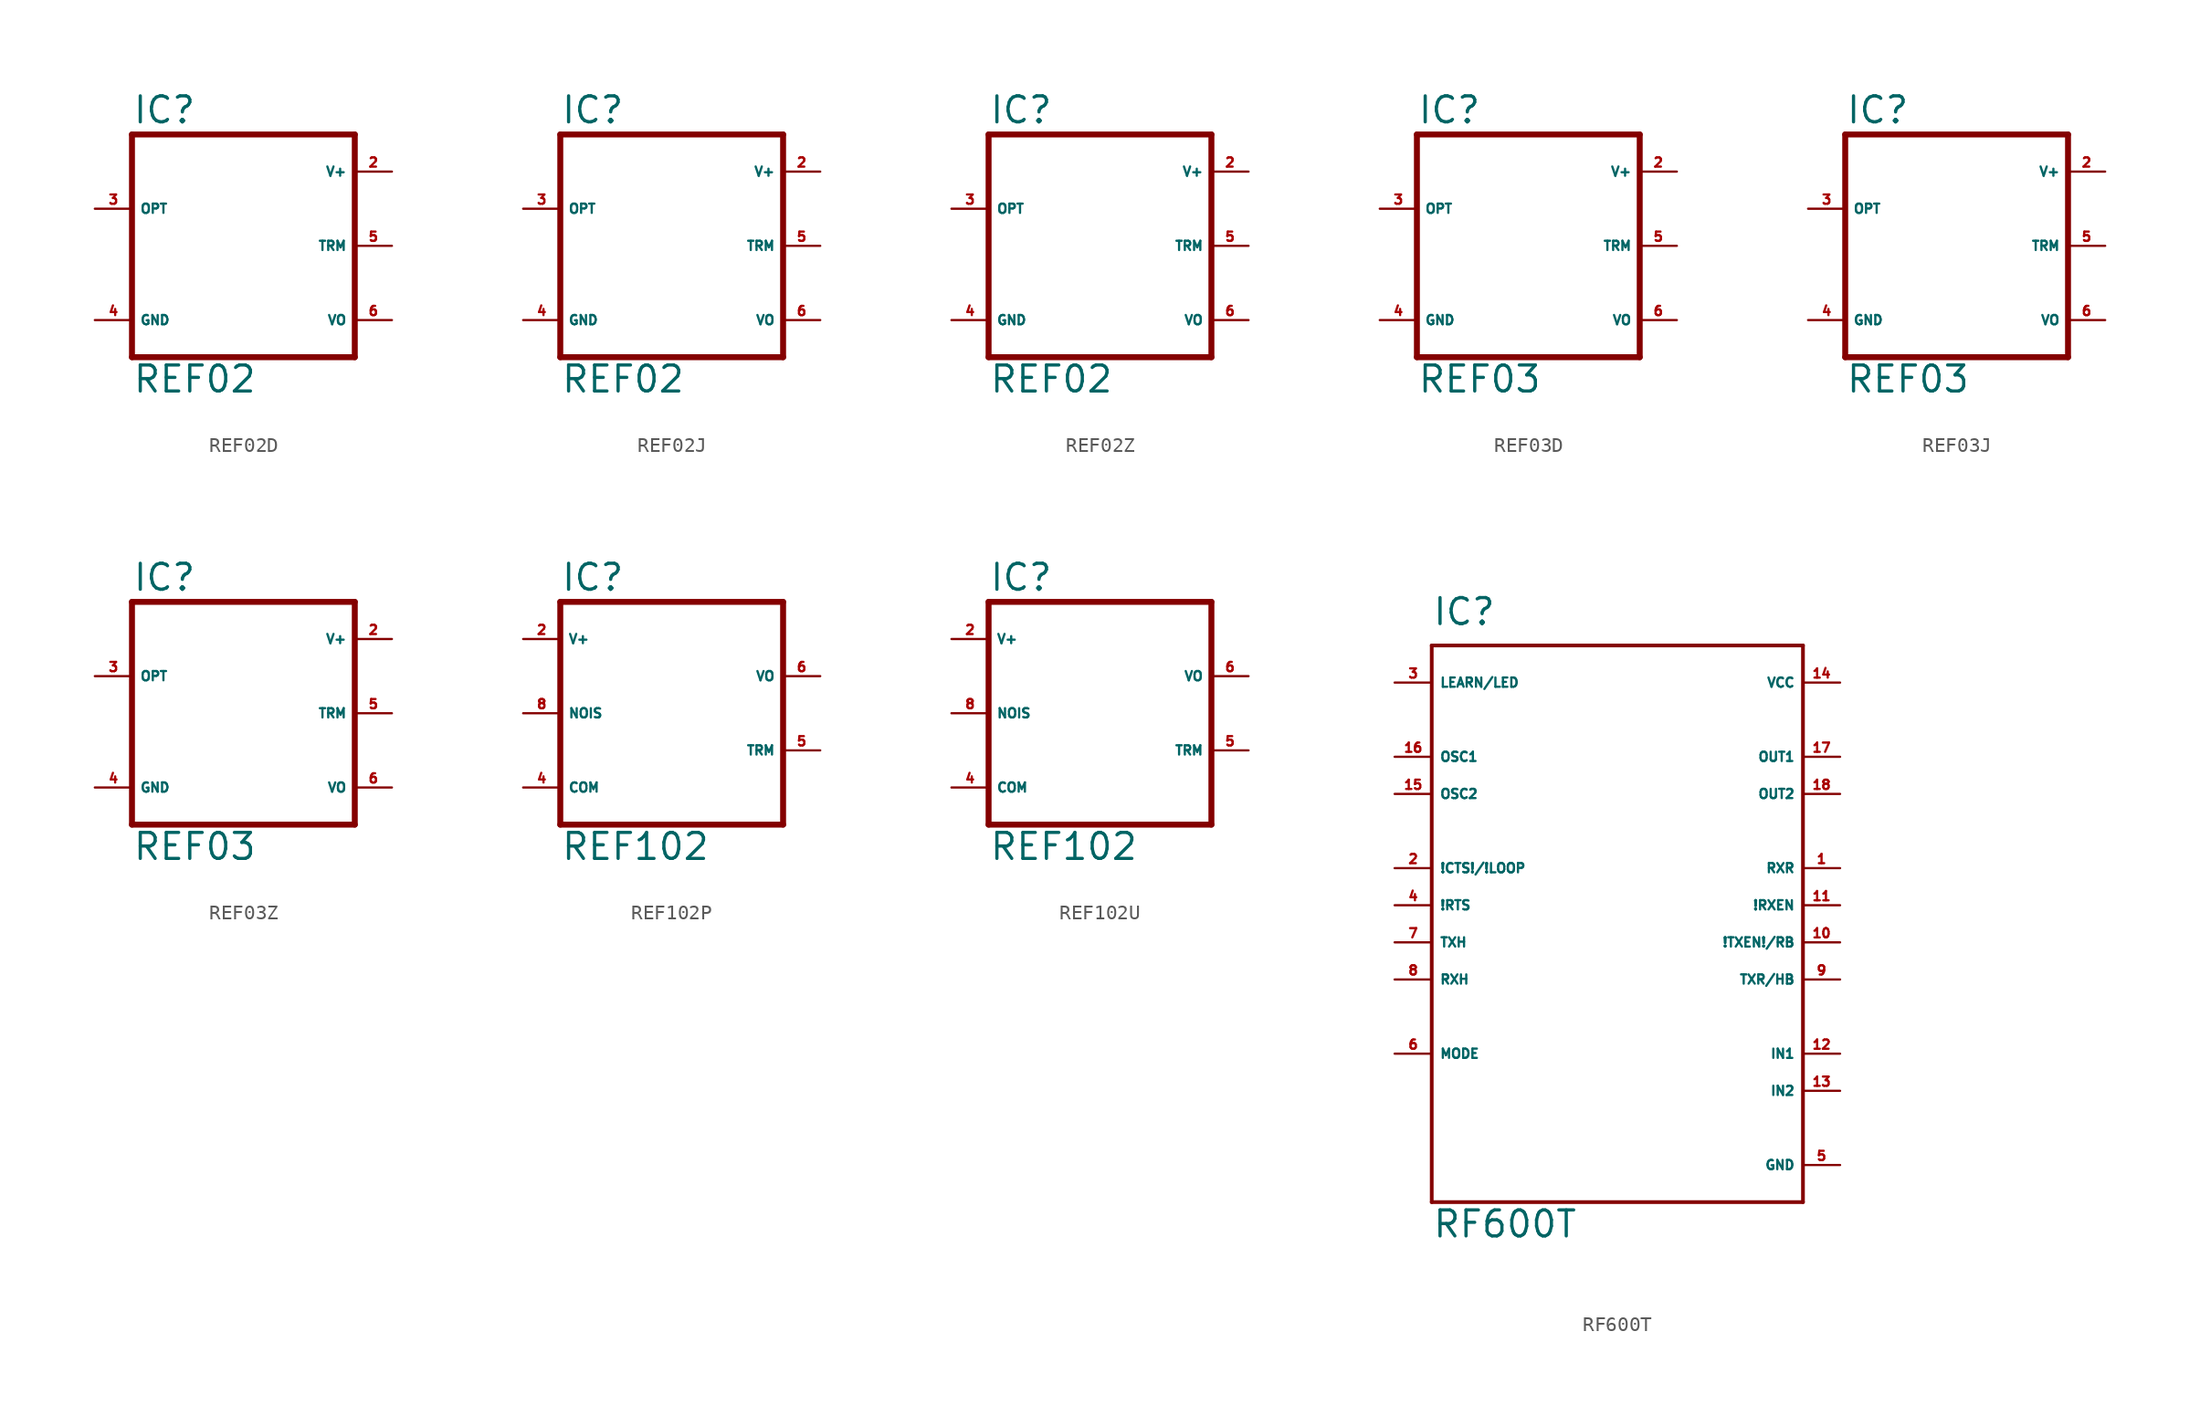
<source format=kicad_sym>
(kicad_symbol_lib
  (version 20220914)
  (generator Eagle2Kicad)
  (symbol "REF02D"
    (property "Reference" "IC"
      (at -7.62 8.255 0)
      (effects (font (size 1.778 1.778) (thickness 0.22)) (justify left bottom)))
    (property "Value" "REF02"
      (at -7.62 -10.16 0)
      (effects (font (size 1.778 1.778) (thickness 0.22)) (justify left bottom)))
    (polyline
      (pts (xy -7.62 -7.62) (xy 7.62 -7.62))
      (stroke (width 0.406) (type default))
      (fill (type none)))
    (polyline
      (pts (xy 7.62 -7.62) (xy 7.62 7.62))
      (stroke (width 0.406) (type default))
      (fill (type none)))
    (polyline
      (pts (xy 7.62 7.62) (xy -7.62 7.62))
      (stroke (width 0.406) (type default))
      (fill (type none)))
    (polyline
      (pts (xy -7.62 7.62) (xy -7.62 -7.62))
      (stroke (width 0.406) (type default))
      (fill (type none)))
    (pin output line
      (at -10.16 2.54 0)
      (length 2.54)
      (name "OPT" (effects (font (size 0.635 0.635) (thickness 0.08)) (justify left bottom)))
      (number "3" (effects (font (size 0.635 0.635) (thickness 0.08)) (justify left bottom))))
    (pin output line
      (at 10.16 -5.08 180)
      (length 2.54)
      (name "VO" (effects (font (size 0.635 0.635) (thickness 0.08)) (justify left bottom)))
      (number "6" (effects (font (size 0.635 0.635) (thickness 0.08)) (justify left bottom))))
    (pin input line
      (at 10.16 0 180)
      (length 2.54)
      (name "TRM" (effects (font (size 0.635 0.635) (thickness 0.08)) (justify left bottom)))
      (number "5" (effects (font (size 0.635 0.635) (thickness 0.08)) (justify left bottom))))
    (pin unspecified line
      (at 10.16 5.08 180)
      (length 2.54)
      (name "V+" (effects (font (size 0.635 0.635) (thickness 0.08)) (justify left bottom)))
      (number "2" (effects (font (size 0.635 0.635) (thickness 0.08)) (justify left bottom))))
    (pin unspecified line
      (at -10.16 -5.08 0)
      (length 2.54)
      (name "GND" (effects (font (size 0.635 0.635) (thickness 0.08)) (justify left bottom)))
      (number "4" (effects (font (size 0.635 0.635) (thickness 0.08)) (justify left bottom)))))
  (symbol "REF02J"
    (property "Reference" "IC"
      (at -7.62 8.255 0)
      (effects (font (size 1.778 1.778) (thickness 0.22)) (justify left bottom)))
    (property "Value" "REF02"
      (at -7.62 -10.16 0)
      (effects (font (size 1.778 1.778) (thickness 0.22)) (justify left bottom)))
    (polyline
      (pts (xy -7.62 -7.62) (xy 7.62 -7.62))
      (stroke (width 0.406) (type default))
      (fill (type none)))
    (polyline
      (pts (xy 7.62 -7.62) (xy 7.62 7.62))
      (stroke (width 0.406) (type default))
      (fill (type none)))
    (polyline
      (pts (xy 7.62 7.62) (xy -7.62 7.62))
      (stroke (width 0.406) (type default))
      (fill (type none)))
    (polyline
      (pts (xy -7.62 7.62) (xy -7.62 -7.62))
      (stroke (width 0.406) (type default))
      (fill (type none)))
    (pin output line
      (at -10.16 2.54 0)
      (length 2.54)
      (name "OPT" (effects (font (size 0.635 0.635) (thickness 0.08)) (justify left bottom)))
      (number "3" (effects (font (size 0.635 0.635) (thickness 0.08)) (justify left bottom))))
    (pin output line
      (at 10.16 -5.08 180)
      (length 2.54)
      (name "VO" (effects (font (size 0.635 0.635) (thickness 0.08)) (justify left bottom)))
      (number "6" (effects (font (size 0.635 0.635) (thickness 0.08)) (justify left bottom))))
    (pin input line
      (at 10.16 0 180)
      (length 2.54)
      (name "TRM" (effects (font (size 0.635 0.635) (thickness 0.08)) (justify left bottom)))
      (number "5" (effects (font (size 0.635 0.635) (thickness 0.08)) (justify left bottom))))
    (pin unspecified line
      (at 10.16 5.08 180)
      (length 2.54)
      (name "V+" (effects (font (size 0.635 0.635) (thickness 0.08)) (justify left bottom)))
      (number "2" (effects (font (size 0.635 0.635) (thickness 0.08)) (justify left bottom))))
    (pin unspecified line
      (at -10.16 -5.08 0)
      (length 2.54)
      (name "GND" (effects (font (size 0.635 0.635) (thickness 0.08)) (justify left bottom)))
      (number "4" (effects (font (size 0.635 0.635) (thickness 0.08)) (justify left bottom)))))
  (symbol "REF02Z"
    (property "Reference" "IC"
      (at -7.62 8.255 0)
      (effects (font (size 1.778 1.778) (thickness 0.22)) (justify left bottom)))
    (property "Value" "REF02"
      (at -7.62 -10.16 0)
      (effects (font (size 1.778 1.778) (thickness 0.22)) (justify left bottom)))
    (polyline
      (pts (xy -7.62 -7.62) (xy 7.62 -7.62))
      (stroke (width 0.406) (type default))
      (fill (type none)))
    (polyline
      (pts (xy 7.62 -7.62) (xy 7.62 7.62))
      (stroke (width 0.406) (type default))
      (fill (type none)))
    (polyline
      (pts (xy 7.62 7.62) (xy -7.62 7.62))
      (stroke (width 0.406) (type default))
      (fill (type none)))
    (polyline
      (pts (xy -7.62 7.62) (xy -7.62 -7.62))
      (stroke (width 0.406) (type default))
      (fill (type none)))
    (pin output line
      (at -10.16 2.54 0)
      (length 2.54)
      (name "OPT" (effects (font (size 0.635 0.635) (thickness 0.08)) (justify left bottom)))
      (number "3" (effects (font (size 0.635 0.635) (thickness 0.08)) (justify left bottom))))
    (pin output line
      (at 10.16 -5.08 180)
      (length 2.54)
      (name "VO" (effects (font (size 0.635 0.635) (thickness 0.08)) (justify left bottom)))
      (number "6" (effects (font (size 0.635 0.635) (thickness 0.08)) (justify left bottom))))
    (pin input line
      (at 10.16 0 180)
      (length 2.54)
      (name "TRM" (effects (font (size 0.635 0.635) (thickness 0.08)) (justify left bottom)))
      (number "5" (effects (font (size 0.635 0.635) (thickness 0.08)) (justify left bottom))))
    (pin unspecified line
      (at 10.16 5.08 180)
      (length 2.54)
      (name "V+" (effects (font (size 0.635 0.635) (thickness 0.08)) (justify left bottom)))
      (number "2" (effects (font (size 0.635 0.635) (thickness 0.08)) (justify left bottom))))
    (pin unspecified line
      (at -10.16 -5.08 0)
      (length 2.54)
      (name "GND" (effects (font (size 0.635 0.635) (thickness 0.08)) (justify left bottom)))
      (number "4" (effects (font (size 0.635 0.635) (thickness 0.08)) (justify left bottom)))))
  (symbol "REF03D"
    (property "Reference" "IC"
      (at -7.62 8.255 0)
      (effects (font (size 1.778 1.778) (thickness 0.22)) (justify left bottom)))
    (property "Value" "REF03"
      (at -7.62 -10.16 0)
      (effects (font (size 1.778 1.778) (thickness 0.22)) (justify left bottom)))
    (polyline
      (pts (xy -7.62 -7.62) (xy 7.62 -7.62))
      (stroke (width 0.406) (type default))
      (fill (type none)))
    (polyline
      (pts (xy 7.62 -7.62) (xy 7.62 7.62))
      (stroke (width 0.406) (type default))
      (fill (type none)))
    (polyline
      (pts (xy 7.62 7.62) (xy -7.62 7.62))
      (stroke (width 0.406) (type default))
      (fill (type none)))
    (polyline
      (pts (xy -7.62 7.62) (xy -7.62 -7.62))
      (stroke (width 0.406) (type default))
      (fill (type none)))
    (pin output line
      (at -10.16 2.54 0)
      (length 2.54)
      (name "OPT" (effects (font (size 0.635 0.635) (thickness 0.08)) (justify left bottom)))
      (number "3" (effects (font (size 0.635 0.635) (thickness 0.08)) (justify left bottom))))
    (pin output line
      (at 10.16 -5.08 180)
      (length 2.54)
      (name "VO" (effects (font (size 0.635 0.635) (thickness 0.08)) (justify left bottom)))
      (number "6" (effects (font (size 0.635 0.635) (thickness 0.08)) (justify left bottom))))
    (pin input line
      (at 10.16 0 180)
      (length 2.54)
      (name "TRM" (effects (font (size 0.635 0.635) (thickness 0.08)) (justify left bottom)))
      (number "5" (effects (font (size 0.635 0.635) (thickness 0.08)) (justify left bottom))))
    (pin unspecified line
      (at 10.16 5.08 180)
      (length 2.54)
      (name "V+" (effects (font (size 0.635 0.635) (thickness 0.08)) (justify left bottom)))
      (number "2" (effects (font (size 0.635 0.635) (thickness 0.08)) (justify left bottom))))
    (pin unspecified line
      (at -10.16 -5.08 0)
      (length 2.54)
      (name "GND" (effects (font (size 0.635 0.635) (thickness 0.08)) (justify left bottom)))
      (number "4" (effects (font (size 0.635 0.635) (thickness 0.08)) (justify left bottom)))))
  (symbol "REF03J"
    (property "Reference" "IC"
      (at -7.62 8.255 0)
      (effects (font (size 1.778 1.778) (thickness 0.22)) (justify left bottom)))
    (property "Value" "REF03"
      (at -7.62 -10.16 0)
      (effects (font (size 1.778 1.778) (thickness 0.22)) (justify left bottom)))
    (polyline
      (pts (xy -7.62 -7.62) (xy 7.62 -7.62))
      (stroke (width 0.406) (type default))
      (fill (type none)))
    (polyline
      (pts (xy 7.62 -7.62) (xy 7.62 7.62))
      (stroke (width 0.406) (type default))
      (fill (type none)))
    (polyline
      (pts (xy 7.62 7.62) (xy -7.62 7.62))
      (stroke (width 0.406) (type default))
      (fill (type none)))
    (polyline
      (pts (xy -7.62 7.62) (xy -7.62 -7.62))
      (stroke (width 0.406) (type default))
      (fill (type none)))
    (pin output line
      (at -10.16 2.54 0)
      (length 2.54)
      (name "OPT" (effects (font (size 0.635 0.635) (thickness 0.08)) (justify left bottom)))
      (number "3" (effects (font (size 0.635 0.635) (thickness 0.08)) (justify left bottom))))
    (pin output line
      (at 10.16 -5.08 180)
      (length 2.54)
      (name "VO" (effects (font (size 0.635 0.635) (thickness 0.08)) (justify left bottom)))
      (number "6" (effects (font (size 0.635 0.635) (thickness 0.08)) (justify left bottom))))
    (pin input line
      (at 10.16 0 180)
      (length 2.54)
      (name "TRM" (effects (font (size 0.635 0.635) (thickness 0.08)) (justify left bottom)))
      (number "5" (effects (font (size 0.635 0.635) (thickness 0.08)) (justify left bottom))))
    (pin unspecified line
      (at 10.16 5.08 180)
      (length 2.54)
      (name "V+" (effects (font (size 0.635 0.635) (thickness 0.08)) (justify left bottom)))
      (number "2" (effects (font (size 0.635 0.635) (thickness 0.08)) (justify left bottom))))
    (pin unspecified line
      (at -10.16 -5.08 0)
      (length 2.54)
      (name "GND" (effects (font (size 0.635 0.635) (thickness 0.08)) (justify left bottom)))
      (number "4" (effects (font (size 0.635 0.635) (thickness 0.08)) (justify left bottom)))))
  (symbol "REF03Z"
    (property "Reference" "IC"
      (at -7.62 8.255 0)
      (effects (font (size 1.778 1.778) (thickness 0.22)) (justify left bottom)))
    (property "Value" "REF03"
      (at -7.62 -10.16 0)
      (effects (font (size 1.778 1.778) (thickness 0.22)) (justify left bottom)))
    (polyline
      (pts (xy -7.62 -7.62) (xy 7.62 -7.62))
      (stroke (width 0.406) (type default))
      (fill (type none)))
    (polyline
      (pts (xy 7.62 -7.62) (xy 7.62 7.62))
      (stroke (width 0.406) (type default))
      (fill (type none)))
    (polyline
      (pts (xy 7.62 7.62) (xy -7.62 7.62))
      (stroke (width 0.406) (type default))
      (fill (type none)))
    (polyline
      (pts (xy -7.62 7.62) (xy -7.62 -7.62))
      (stroke (width 0.406) (type default))
      (fill (type none)))
    (pin output line
      (at -10.16 2.54 0)
      (length 2.54)
      (name "OPT" (effects (font (size 0.635 0.635) (thickness 0.08)) (justify left bottom)))
      (number "3" (effects (font (size 0.635 0.635) (thickness 0.08)) (justify left bottom))))
    (pin output line
      (at 10.16 -5.08 180)
      (length 2.54)
      (name "VO" (effects (font (size 0.635 0.635) (thickness 0.08)) (justify left bottom)))
      (number "6" (effects (font (size 0.635 0.635) (thickness 0.08)) (justify left bottom))))
    (pin input line
      (at 10.16 0 180)
      (length 2.54)
      (name "TRM" (effects (font (size 0.635 0.635) (thickness 0.08)) (justify left bottom)))
      (number "5" (effects (font (size 0.635 0.635) (thickness 0.08)) (justify left bottom))))
    (pin unspecified line
      (at 10.16 5.08 180)
      (length 2.54)
      (name "V+" (effects (font (size 0.635 0.635) (thickness 0.08)) (justify left bottom)))
      (number "2" (effects (font (size 0.635 0.635) (thickness 0.08)) (justify left bottom))))
    (pin unspecified line
      (at -10.16 -5.08 0)
      (length 2.54)
      (name "GND" (effects (font (size 0.635 0.635) (thickness 0.08)) (justify left bottom)))
      (number "4" (effects (font (size 0.635 0.635) (thickness 0.08)) (justify left bottom)))))
  (symbol "REF102P"
    (property "Reference" "IC"
      (at -7.62 8.255 0)
      (effects (font (size 1.778 1.778) (thickness 0.22)) (justify left bottom)))
    (property "Value" "REF102"
      (at -7.62 -10.16 0)
      (effects (font (size 1.778 1.778) (thickness 0.22)) (justify left bottom)))
    (polyline
      (pts (xy -7.62 -7.62) (xy 7.62 -7.62))
      (stroke (width 0.406) (type default))
      (fill (type none)))
    (polyline
      (pts (xy 7.62 -7.62) (xy 7.62 7.62))
      (stroke (width 0.406) (type default))
      (fill (type none)))
    (polyline
      (pts (xy 7.62 7.62) (xy -7.62 7.62))
      (stroke (width 0.406) (type default))
      (fill (type none)))
    (polyline
      (pts (xy -7.62 7.62) (xy -7.62 -7.62))
      (stroke (width 0.406) (type default))
      (fill (type none)))
    (pin passive line
      (at -10.16 0 0)
      (length 2.54)
      (name "NOIS" (effects (font (size 0.635 0.635) (thickness 0.08)) (justify left bottom)))
      (number "8" (effects (font (size 0.635 0.635) (thickness 0.08)) (justify left bottom))))
    (pin output line
      (at 10.16 2.54 180)
      (length 2.54)
      (name "VO" (effects (font (size 0.635 0.635) (thickness 0.08)) (justify left bottom)))
      (number "6" (effects (font (size 0.635 0.635) (thickness 0.08)) (justify left bottom))))
    (pin input line
      (at 10.16 -2.54 180)
      (length 2.54)
      (name "TRM" (effects (font (size 0.635 0.635) (thickness 0.08)) (justify left bottom)))
      (number "5" (effects (font (size 0.635 0.635) (thickness 0.08)) (justify left bottom))))
    (pin input line
      (at -10.16 5.08 0)
      (length 2.54)
      (name "V+" (effects (font (size 0.635 0.635) (thickness 0.08)) (justify left bottom)))
      (number "2" (effects (font (size 0.635 0.635) (thickness 0.08)) (justify left bottom))))
    (pin input line
      (at -10.16 -5.08 0)
      (length 2.54)
      (name "COM" (effects (font (size 0.635 0.635) (thickness 0.08)) (justify left bottom)))
      (number "4" (effects (font (size 0.635 0.635) (thickness 0.08)) (justify left bottom)))))
  (symbol "REF102U"
    (property "Reference" "IC"
      (at -7.62 8.255 0)
      (effects (font (size 1.778 1.778) (thickness 0.22)) (justify left bottom)))
    (property "Value" "REF102"
      (at -7.62 -10.16 0)
      (effects (font (size 1.778 1.778) (thickness 0.22)) (justify left bottom)))
    (polyline
      (pts (xy -7.62 -7.62) (xy 7.62 -7.62))
      (stroke (width 0.406) (type default))
      (fill (type none)))
    (polyline
      (pts (xy 7.62 -7.62) (xy 7.62 7.62))
      (stroke (width 0.406) (type default))
      (fill (type none)))
    (polyline
      (pts (xy 7.62 7.62) (xy -7.62 7.62))
      (stroke (width 0.406) (type default))
      (fill (type none)))
    (polyline
      (pts (xy -7.62 7.62) (xy -7.62 -7.62))
      (stroke (width 0.406) (type default))
      (fill (type none)))
    (pin passive line
      (at -10.16 0 0)
      (length 2.54)
      (name "NOIS" (effects (font (size 0.635 0.635) (thickness 0.08)) (justify left bottom)))
      (number "8" (effects (font (size 0.635 0.635) (thickness 0.08)) (justify left bottom))))
    (pin output line
      (at 10.16 2.54 180)
      (length 2.54)
      (name "VO" (effects (font (size 0.635 0.635) (thickness 0.08)) (justify left bottom)))
      (number "6" (effects (font (size 0.635 0.635) (thickness 0.08)) (justify left bottom))))
    (pin input line
      (at 10.16 -2.54 180)
      (length 2.54)
      (name "TRM" (effects (font (size 0.635 0.635) (thickness 0.08)) (justify left bottom)))
      (number "5" (effects (font (size 0.635 0.635) (thickness 0.08)) (justify left bottom))))
    (pin input line
      (at -10.16 5.08 0)
      (length 2.54)
      (name "V+" (effects (font (size 0.635 0.635) (thickness 0.08)) (justify left bottom)))
      (number "2" (effects (font (size 0.635 0.635) (thickness 0.08)) (justify left bottom))))
    (pin input line
      (at -10.16 -5.08 0)
      (length 2.54)
      (name "COM" (effects (font (size 0.635 0.635) (thickness 0.08)) (justify left bottom)))
      (number "4" (effects (font (size 0.635 0.635) (thickness 0.08)) (justify left bottom)))))
  (symbol "RF600T"
    (property "Reference" "IC"
      (at -12.7 19.05 0)
      (effects (font (size 1.778 1.778) (thickness 0.22)) (justify left bottom)))
    (property "Value" "RF600T"
      (at -12.7 -22.86 0)
      (effects (font (size 1.778 1.778) (thickness 0.22)) (justify left bottom)))
    (polyline
      (pts (xy -12.7 17.78) (xy 12.7 17.78))
      (stroke (width 0.254) (type default))
      (fill (type none)))
    (polyline
      (pts (xy 12.7 17.78) (xy 12.7 -20.32))
      (stroke (width 0.254) (type default))
      (fill (type none)))
    (polyline
      (pts (xy 12.7 -20.32) (xy -12.7 -20.32))
      (stroke (width 0.254) (type default))
      (fill (type none)))
    (polyline
      (pts (xy -12.7 -20.32) (xy -12.7 17.78))
      (stroke (width 0.254) (type default))
      (fill (type none)))
    (pin input line
      (at 15.24 2.54 180)
      (length 2.54)
      (name "RXR" (effects (font (size 0.635 0.635) (thickness 0.08)) (justify left bottom)))
      (number "1" (effects (font (size 0.635 0.635) (thickness 0.08)) (justify left bottom))))
    (pin input line
      (at -15.24 2.54 0)
      (length 2.54)
      (name "!CTS!/!LOOP" (effects (font (size 0.635 0.635) (thickness 0.08)) (justify left bottom)))
      (number "2" (effects (font (size 0.635 0.635) (thickness 0.08)) (justify left bottom))))
    (pin bidirectional line
      (at -15.24 15.24 0)
      (length 2.54)
      (name "LEARN/LED" (effects (font (size 0.635 0.635) (thickness 0.08)) (justify left bottom)))
      (number "3" (effects (font (size 0.635 0.635) (thickness 0.08)) (justify left bottom))))
    (pin input line
      (at -15.24 0 0)
      (length 2.54)
      (name "!RTS" (effects (font (size 0.635 0.635) (thickness 0.08)) (justify left bottom)))
      (number "4" (effects (font (size 0.635 0.635) (thickness 0.08)) (justify left bottom))))
    (pin input line
      (at 15.24 -17.78 180)
      (length 2.54)
      (name "GND" (effects (font (size 0.635 0.635) (thickness 0.08)) (justify left bottom)))
      (number "5" (effects (font (size 0.635 0.635) (thickness 0.08)) (justify left bottom))))
    (pin input line
      (at -15.24 -10.16 0)
      (length 2.54)
      (name "MODE" (effects (font (size 0.635 0.635) (thickness 0.08)) (justify left bottom)))
      (number "6" (effects (font (size 0.635 0.635) (thickness 0.08)) (justify left bottom))))
    (pin input line
      (at -15.24 -2.54 0)
      (length 2.54)
      (name "TXH" (effects (font (size 0.635 0.635) (thickness 0.08)) (justify left bottom)))
      (number "7" (effects (font (size 0.635 0.635) (thickness 0.08)) (justify left bottom))))
    (pin output line
      (at -15.24 -5.08 0)
      (length 2.54)
      (name "RXH" (effects (font (size 0.635 0.635) (thickness 0.08)) (justify left bottom)))
      (number "8" (effects (font (size 0.635 0.635) (thickness 0.08)) (justify left bottom))))
    (pin bidirectional line
      (at 15.24 -5.08 180)
      (length 2.54)
      (name "TXR/HB" (effects (font (size 0.635 0.635) (thickness 0.08)) (justify left bottom)))
      (number "9" (effects (font (size 0.635 0.635) (thickness 0.08)) (justify left bottom))))
    (pin bidirectional line
      (at 15.24 -2.54 180)
      (length 2.54)
      (name "!TXEN!/RB" (effects (font (size 0.635 0.635) (thickness 0.08)) (justify left bottom)))
      (number "10" (effects (font (size 0.635 0.635) (thickness 0.08)) (justify left bottom))))
    (pin output line
      (at 15.24 0 180)
      (length 2.54)
      (name "!RXEN" (effects (font (size 0.635 0.635) (thickness 0.08)) (justify left bottom)))
      (number "11" (effects (font (size 0.635 0.635) (thickness 0.08)) (justify left bottom))))
    (pin input line
      (at 15.24 -10.16 180)
      (length 2.54)
      (name "IN1" (effects (font (size 0.635 0.635) (thickness 0.08)) (justify left bottom)))
      (number "12" (effects (font (size 0.635 0.635) (thickness 0.08)) (justify left bottom))))
    (pin input line
      (at 15.24 -12.7 180)
      (length 2.54)
      (name "IN2" (effects (font (size 0.635 0.635) (thickness 0.08)) (justify left bottom)))
      (number "13" (effects (font (size 0.635 0.635) (thickness 0.08)) (justify left bottom))))
    (pin output line
      (at -15.24 7.62 0)
      (length 2.54)
      (name "OSC2" (effects (font (size 0.635 0.635) (thickness 0.08)) (justify left bottom)))
      (number "15" (effects (font (size 0.635 0.635) (thickness 0.08)) (justify left bottom))))
    (pin input line
      (at -15.24 10.16 0)
      (length 2.54)
      (name "OSC1" (effects (font (size 0.635 0.635) (thickness 0.08)) (justify left bottom)))
      (number "16" (effects (font (size 0.635 0.635) (thickness 0.08)) (justify left bottom))))
    (pin output line
      (at 15.24 10.16 180)
      (length 2.54)
      (name "OUT1" (effects (font (size 0.635 0.635) (thickness 0.08)) (justify left bottom)))
      (number "17" (effects (font (size 0.635 0.635) (thickness 0.08)) (justify left bottom))))
    (pin output line
      (at 15.24 7.62 180)
      (length 2.54)
      (name "OUT2" (effects (font (size 0.635 0.635) (thickness 0.08)) (justify left bottom)))
      (number "18" (effects (font (size 0.635 0.635) (thickness 0.08)) (justify left bottom))))
    (pin input line
      (at 15.24 15.24 180)
      (length 2.54)
      (name "VCC" (effects (font (size 0.635 0.635) (thickness 0.08)) (justify left bottom)))
      (number "14" (effects (font (size 0.635 0.635) (thickness 0.08)) (justify left bottom))))))
</source>
